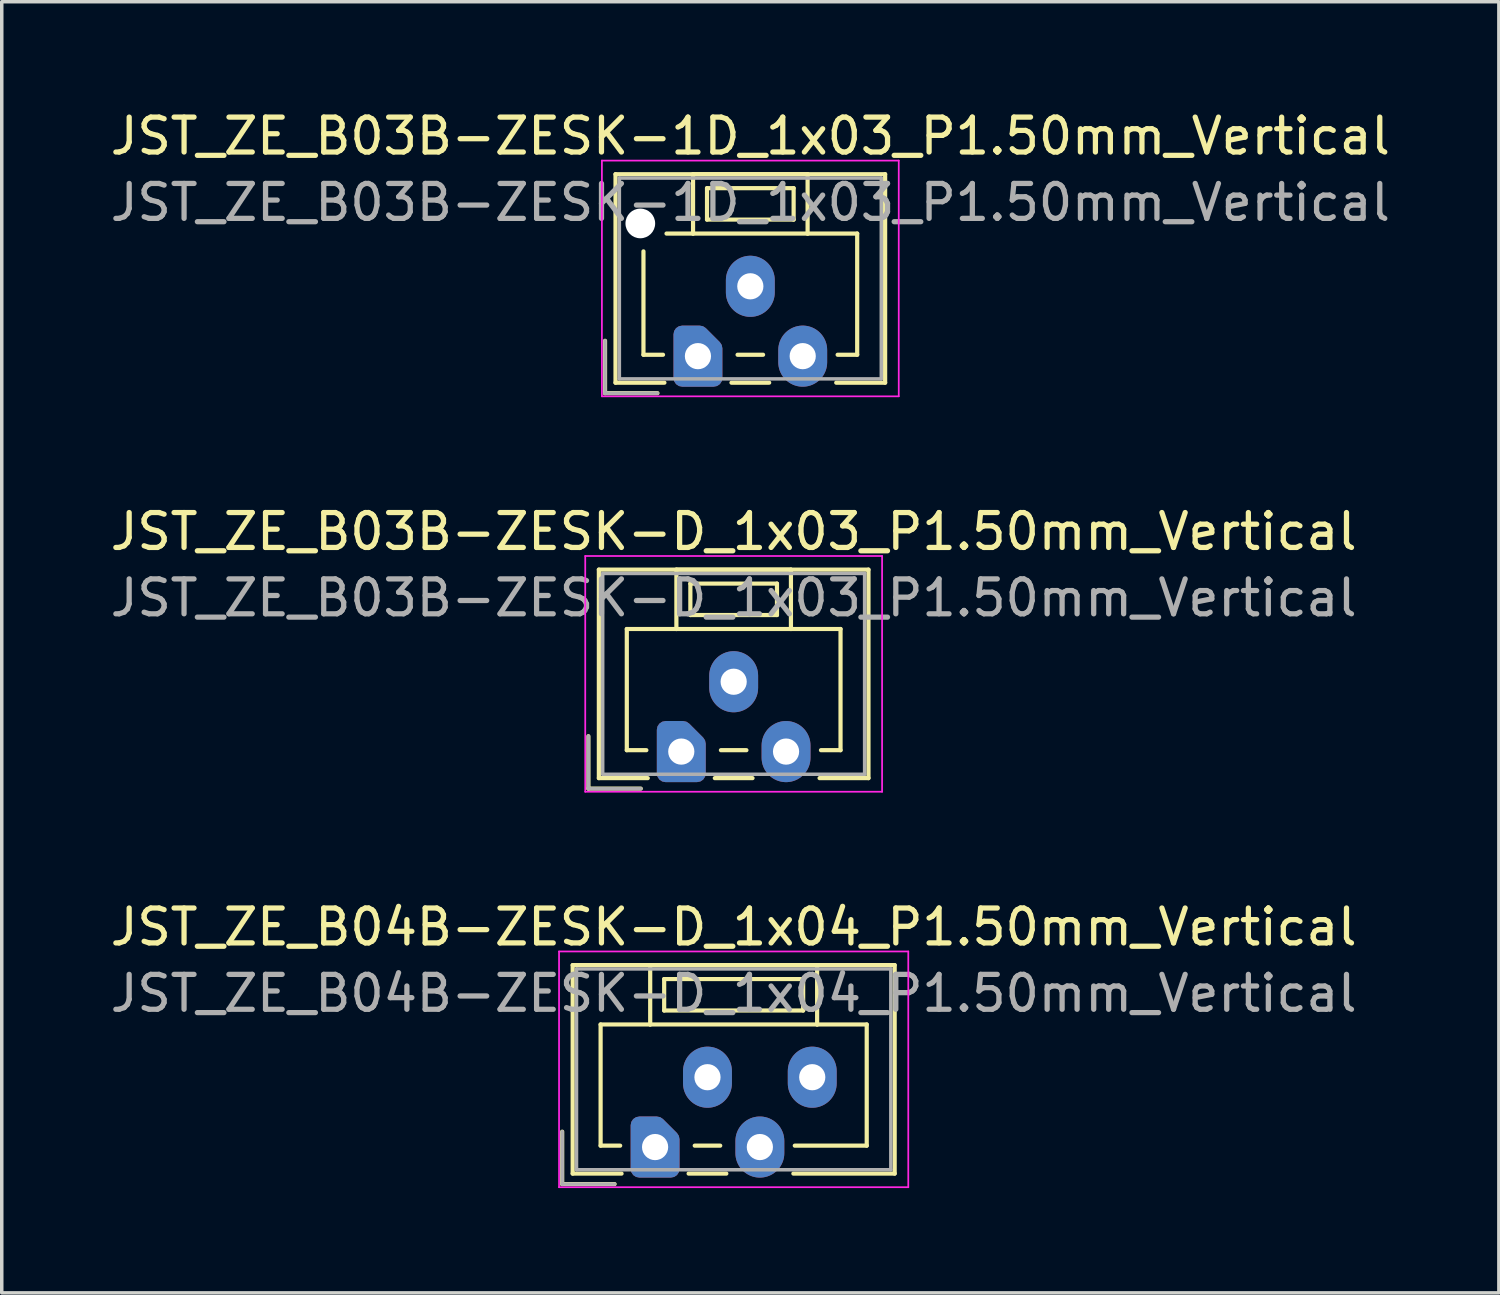
<source format=kicad_pcb>
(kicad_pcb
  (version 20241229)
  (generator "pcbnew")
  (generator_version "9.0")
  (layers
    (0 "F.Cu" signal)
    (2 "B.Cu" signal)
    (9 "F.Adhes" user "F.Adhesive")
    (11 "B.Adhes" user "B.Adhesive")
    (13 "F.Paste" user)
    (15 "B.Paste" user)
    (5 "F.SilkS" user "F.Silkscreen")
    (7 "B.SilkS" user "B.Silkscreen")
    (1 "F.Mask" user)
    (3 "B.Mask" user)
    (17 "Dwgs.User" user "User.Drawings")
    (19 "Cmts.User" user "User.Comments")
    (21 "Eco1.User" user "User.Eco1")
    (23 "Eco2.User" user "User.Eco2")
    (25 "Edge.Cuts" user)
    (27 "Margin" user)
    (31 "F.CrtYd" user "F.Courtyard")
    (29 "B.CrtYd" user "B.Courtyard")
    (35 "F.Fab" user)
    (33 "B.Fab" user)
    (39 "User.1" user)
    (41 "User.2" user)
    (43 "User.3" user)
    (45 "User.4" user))
  (footprint "JST_ZE_B03B-ZESK-1D_1x03_P1.50mm_Vertical"
    (layer "F.Cu")
    (at 16.935 7.148)
    (property "Reference" "JST_ZE_B03B-ZESK-1D_1x03_P1.50mm_Vertical" (at 1.5 -6.3 0) (layer "F.SilkS") (effects (font (size 1 1) (thickness 0.15))))
    (attr through_hole)
    (fp_line (start -2.66 -0.44) (end -2.66 1.06) (stroke (width 0.12) (type solid)) (layer "F.SilkS"))
    (fp_line (start -2.66 1.06) (end -1.16 1.06) (stroke (width 0.12) (type solid)) (layer "F.SilkS"))
    (fp_line (start -2.36 -5.21) (end 5.36 -5.21) (stroke (width 0.12) (type solid)) (layer "F.SilkS"))
    (fp_line (start -2.36 0.76) (end -2.36 -5.21) (stroke (width 0.12) (type solid)) (layer "F.SilkS"))
    (fp_line (start -1.56 -3) (end -1.56 -0.04) (stroke (width 0.12) (type solid)) (layer "F.SilkS"))
    (fp_line (start -1.56 -0.04) (end -1 -0.04) (stroke (width 0.12) (type solid)) (layer "F.SilkS"))
    (fp_line (start -0.96 0.76) (end -2.36 0.76) (stroke (width 0.12) (type solid)) (layer "F.SilkS"))
    (fp_line (start -0.14 -5.21) (end -0.14 -3.51) (stroke (width 0.12) (type solid)) (layer "F.SilkS"))
    (fp_line (start -0.14 -3.51) (end -0.9 -3.51) (stroke (width 0.12) (type solid)) (layer "F.SilkS"))
    (fp_line (start -0.14 -3.51) (end 3.14 -3.51) (stroke (width 0.12) (type solid)) (layer "F.SilkS"))
    (fp_line (start 0.26 -4.81) (end 0.26 -3.91) (stroke (width 0.12) (type solid)) (layer "F.SilkS"))
    (fp_line (start 0.26 -3.91) (end 2.74 -3.91) (stroke (width 0.12) (type solid)) (layer "F.SilkS"))
    (fp_line (start 0.96 0.76) (end 2.04 0.76) (stroke (width 0.12) (type solid)) (layer "F.SilkS"))
    (fp_line (start 1.135 -0.04) (end 1.865 -0.04) (stroke (width 0.12) (type solid)) (layer "F.SilkS"))
    (fp_line (start 2.74 -4.81) (end 0.26 -4.81) (stroke (width 0.12) (type solid)) (layer "F.SilkS"))
    (fp_line (start 2.74 -3.91) (end 2.74 -4.81) (stroke (width 0.12) (type solid)) (layer "F.SilkS"))
    (fp_line (start 3.14 -5.21) (end -0.14 -5.21) (stroke (width 0.12) (type solid)) (layer "F.SilkS"))
    (fp_line (start 3.14 -3.51) (end 3.14 -5.21) (stroke (width 0.12) (type solid)) (layer "F.SilkS"))
    (fp_line (start 3.14 -3.51) (end 4.56 -3.51) (stroke (width 0.12) (type solid)) (layer "F.SilkS"))
    (fp_line (start 4.56 -3.51) (end 4.56 -0.04) (stroke (width 0.12) (type solid)) (layer "F.SilkS"))
    (fp_line (start 4.56 -0.04) (end 4 -0.04) (stroke (width 0.12) (type solid)) (layer "F.SilkS"))
    (fp_line (start 5.36 -5.21) (end 5.36 0.76) (stroke (width 0.12) (type solid)) (layer "F.SilkS"))
    (fp_line (start 5.36 0.76) (end 3.96 0.76) (stroke (width 0.12) (type solid)) (layer "F.SilkS"))
    (fp_line (start -2.75 -5.6) (end -2.75 1.15) (stroke (width 0.05) (type solid)) (layer "F.CrtYd"))
    (fp_line (start -2.75 1.15) (end 5.75 1.15) (stroke (width 0.05) (type solid)) (layer "F.CrtYd"))
    (fp_line (start 5.75 -5.6) (end -2.75 -5.6) (stroke (width 0.05) (type solid)) (layer "F.CrtYd"))
    (fp_line (start 5.75 1.15) (end 5.75 -5.6) (stroke (width 0.05) (type solid)) (layer "F.CrtYd"))
    (fp_line (start -2.66 -0.44) (end -2.66 1.06) (stroke (width 0.1) (type solid)) (layer "F.Fab"))
    (fp_line (start -2.66 1.06) (end -1.16 1.06) (stroke (width 0.1) (type solid)) (layer "F.Fab"))
    (fp_line (start -2.25 -5.1) (end -2.25 0.65) (stroke (width 0.1) (type solid)) (layer "F.Fab"))
    (fp_line (start -2.25 0.65) (end 5.25 0.65) (stroke (width 0.1) (type solid)) (layer "F.Fab"))
    (fp_line (start 5.25 -5.1) (end -2.25 -5.1) (stroke (width 0.1) (type solid)) (layer "F.Fab"))
    (fp_line (start 5.25 0.65) (end 5.25 -5.1) (stroke (width 0.1) (type solid)) (layer "F.Fab"))
    (fp_text user "${REFERENCE}" (at 1.5 -4.4 0) (layer "F.Fab") (effects (font (size 1 1) (thickness 0.15))))
    (pad "" np_thru_hole circle (at -1.65 -3.8) (size 0.85 0.85) (drill 0.85) (layers "*.Cu" "*.Mask"))
    (pad "1" thru_hole custom (at 0 0) (size 1.117 1.117) (drill 0.75) (layers "*.Cu" "*.Mask") (options (anchor circle)) (primitives (gr_poly (pts (xy 0.45 -0.225) (xy 0.45 0.625) (xy -0.45 0.625) (xy -0.45 -0.625) (xy 0.05 -0.625)) (width 0.5) (fill yes))))
    (pad "2" thru_hole oval (at 1.5 -2) (size 1.4 1.75) (drill 0.75) (layers "*.Cu" "*.Mask"))
    (pad "3" thru_hole oval (at 3 0) (size 1.4 1.75) (drill 0.75) (layers "*.Cu" "*.Mask")))
  (footprint "JST_ZE_B04B-ZESK-D_1x04_P1.50mm_Vertical"
    (layer "F.Cu")
    (at 15.708 29.795)
    (property "Reference" "JST_ZE_B04B-ZESK-D_1x04_P1.50mm_Vertical" (at 2.25 -6.3 0) (layer "F.SilkS") (effects (font (size 1 1) (thickness 0.15))))
    (attr through_hole)
    (fp_line (start -2.66 -0.44) (end -2.66 1.06) (stroke (width 0.12) (type solid)) (layer "F.SilkS"))
    (fp_line (start -2.66 1.06) (end -1.16 1.06) (stroke (width 0.12) (type solid)) (layer "F.SilkS"))
    (fp_line (start -2.36 -5.21) (end 6.86 -5.21) (stroke (width 0.12) (type solid)) (layer "F.SilkS"))
    (fp_line (start -2.36 0.76) (end -2.36 -5.21) (stroke (width 0.12) (type solid)) (layer "F.SilkS"))
    (fp_line (start -1.56 -3.51) (end -1.56 -0.04) (stroke (width 0.12) (type solid)) (layer "F.SilkS"))
    (fp_line (start -1.56 -0.04) (end -1 -0.04) (stroke (width 0.12) (type solid)) (layer "F.SilkS"))
    (fp_line (start -0.96 0.76) (end -2.36 0.76) (stroke (width 0.12) (type solid)) (layer "F.SilkS"))
    (fp_line (start -0.14 -5.21) (end -0.14 -3.51) (stroke (width 0.12) (type solid)) (layer "F.SilkS"))
    (fp_line (start -0.14 -3.51) (end -1.56 -3.51) (stroke (width 0.12) (type solid)) (layer "F.SilkS"))
    (fp_line (start -0.14 -3.51) (end 4.64 -3.51) (stroke (width 0.12) (type solid)) (layer "F.SilkS"))
    (fp_line (start 0.26 -4.81) (end 0.26 -3.91) (stroke (width 0.12) (type solid)) (layer "F.SilkS"))
    (fp_line (start 0.26 -3.91) (end 4.24 -3.91) (stroke (width 0.12) (type solid)) (layer "F.SilkS"))
    (fp_line (start 0.96 0.76) (end 2.04 0.76) (stroke (width 0.12) (type solid)) (layer "F.SilkS"))
    (fp_line (start 1.135 -0.04) (end 1.865 -0.04) (stroke (width 0.12) (type solid)) (layer "F.SilkS"))
    (fp_line (start 4.24 -4.81) (end 0.26 -4.81) (stroke (width 0.12) (type solid)) (layer "F.SilkS"))
    (fp_line (start 4.24 -3.91) (end 4.24 -4.81) (stroke (width 0.12) (type solid)) (layer "F.SilkS"))
    (fp_line (start 4.64 -5.21) (end -0.14 -5.21) (stroke (width 0.12) (type solid)) (layer "F.SilkS"))
    (fp_line (start 4.64 -3.51) (end 4.64 -5.21) (stroke (width 0.12) (type solid)) (layer "F.SilkS"))
    (fp_line (start 4.64 -3.51) (end 6.06 -3.51) (stroke (width 0.12) (type solid)) (layer "F.SilkS"))
    (fp_line (start 6.06 -3.51) (end 6.06 -0.04) (stroke (width 0.12) (type solid)) (layer "F.SilkS"))
    (fp_line (start 6.06 -0.04) (end 4 -0.04) (stroke (width 0.12) (type solid)) (layer "F.SilkS"))
    (fp_line (start 6.86 -5.21) (end 6.86 0.76) (stroke (width 0.12) (type solid)) (layer "F.SilkS"))
    (fp_line (start 6.86 0.76) (end 3.96 0.76) (stroke (width 0.12) (type solid)) (layer "F.SilkS"))
    (fp_line (start -2.75 -5.6) (end -2.75 1.15) (stroke (width 0.05) (type solid)) (layer "F.CrtYd"))
    (fp_line (start -2.75 1.15) (end 7.25 1.15) (stroke (width 0.05) (type solid)) (layer "F.CrtYd"))
    (fp_line (start 7.25 -5.6) (end -2.75 -5.6) (stroke (width 0.05) (type solid)) (layer "F.CrtYd"))
    (fp_line (start 7.25 1.15) (end 7.25 -5.6) (stroke (width 0.05) (type solid)) (layer "F.CrtYd"))
    (fp_line (start -2.66 -0.44) (end -2.66 1.06) (stroke (width 0.1) (type solid)) (layer "F.Fab"))
    (fp_line (start -2.66 1.06) (end -1.16 1.06) (stroke (width 0.1) (type solid)) (layer "F.Fab"))
    (fp_line (start -2.25 -5.1) (end -2.25 0.65) (stroke (width 0.1) (type solid)) (layer "F.Fab"))
    (fp_line (start -2.25 0.65) (end 6.75 0.65) (stroke (width 0.1) (type solid)) (layer "F.Fab"))
    (fp_line (start 6.75 -5.1) (end -2.25 -5.1) (stroke (width 0.1) (type solid)) (layer "F.Fab"))
    (fp_line (start 6.75 0.65) (end 6.75 -5.1) (stroke (width 0.1) (type solid)) (layer "F.Fab"))
    (fp_text user "${REFERENCE}" (at 2.25 -4.4 0) (layer "F.Fab") (effects (font (size 1 1) (thickness 0.15))))
    (pad "1" thru_hole custom (at 0 0) (size 1.117 1.117) (drill 0.75) (layers "*.Cu" "*.Mask") (options (anchor circle)) (primitives (gr_poly (pts (xy 0.45 -0.225) (xy 0.45 0.625) (xy -0.45 0.625) (xy -0.45 -0.625) (xy 0.05 -0.625)) (width 0.5) (fill yes))))
    (pad "2" thru_hole oval (at 1.5 -2) (size 1.4 1.75) (drill 0.75) (layers "*.Cu" "*.Mask"))
    (pad "3" thru_hole oval (at 3 0) (size 1.4 1.75) (drill 0.75) (layers "*.Cu" "*.Mask"))
    (pad "4" thru_hole oval (at 4.5 -2) (size 1.4 1.75) (drill 0.75) (layers "*.Cu" "*.Mask")))
  (footprint "JST_ZE_B03B-ZESK-D_1x03_P1.50mm_Vertical"
    (layer "F.Cu")
    (at 16.458 18.471)
    (property "Reference" "JST_ZE_B03B-ZESK-D_1x03_P1.50mm_Vertical" (at 1.5 -6.3 0) (layer "F.SilkS") (effects (font (size 1 1) (thickness 0.15))))
    (attr through_hole)
    (fp_line (start -2.66 -0.44) (end -2.66 1.06) (stroke (width 0.12) (type solid)) (layer "F.SilkS"))
    (fp_line (start -2.66 1.06) (end -1.16 1.06) (stroke (width 0.12) (type solid)) (layer "F.SilkS"))
    (fp_line (start -2.36 -5.21) (end 5.36 -5.21) (stroke (width 0.12) (type solid)) (layer "F.SilkS"))
    (fp_line (start -2.36 0.76) (end -2.36 -5.21) (stroke (width 0.12) (type solid)) (layer "F.SilkS"))
    (fp_line (start -1.56 -3.51) (end -1.56 -0.04) (stroke (width 0.12) (type solid)) (layer "F.SilkS"))
    (fp_line (start -1.56 -0.04) (end -1 -0.04) (stroke (width 0.12) (type solid)) (layer "F.SilkS"))
    (fp_line (start -0.96 0.76) (end -2.36 0.76) (stroke (width 0.12) (type solid)) (layer "F.SilkS"))
    (fp_line (start -0.14 -5.21) (end -0.14 -3.51) (stroke (width 0.12) (type solid)) (layer "F.SilkS"))
    (fp_line (start -0.14 -3.51) (end -1.56 -3.51) (stroke (width 0.12) (type solid)) (layer "F.SilkS"))
    (fp_line (start -0.14 -3.51) (end 3.14 -3.51) (stroke (width 0.12) (type solid)) (layer "F.SilkS"))
    (fp_line (start 0.26 -4.81) (end 0.26 -3.91) (stroke (width 0.12) (type solid)) (layer "F.SilkS"))
    (fp_line (start 0.26 -3.91) (end 2.74 -3.91) (stroke (width 0.12) (type solid)) (layer "F.SilkS"))
    (fp_line (start 0.96 0.76) (end 2.04 0.76) (stroke (width 0.12) (type solid)) (layer "F.SilkS"))
    (fp_line (start 1.135 -0.04) (end 1.865 -0.04) (stroke (width 0.12) (type solid)) (layer "F.SilkS"))
    (fp_line (start 2.74 -4.81) (end 0.26 -4.81) (stroke (width 0.12) (type solid)) (layer "F.SilkS"))
    (fp_line (start 2.74 -3.91) (end 2.74 -4.81) (stroke (width 0.12) (type solid)) (layer "F.SilkS"))
    (fp_line (start 3.14 -5.21) (end -0.14 -5.21) (stroke (width 0.12) (type solid)) (layer "F.SilkS"))
    (fp_line (start 3.14 -3.51) (end 3.14 -5.21) (stroke (width 0.12) (type solid)) (layer "F.SilkS"))
    (fp_line (start 3.14 -3.51) (end 4.56 -3.51) (stroke (width 0.12) (type solid)) (layer "F.SilkS"))
    (fp_line (start 4.56 -3.51) (end 4.56 -0.04) (stroke (width 0.12) (type solid)) (layer "F.SilkS"))
    (fp_line (start 4.56 -0.04) (end 4 -0.04) (stroke (width 0.12) (type solid)) (layer "F.SilkS"))
    (fp_line (start 5.36 -5.21) (end 5.36 0.76) (stroke (width 0.12) (type solid)) (layer "F.SilkS"))
    (fp_line (start 5.36 0.76) (end 3.96 0.76) (stroke (width 0.12) (type solid)) (layer "F.SilkS"))
    (fp_line (start -2.75 -5.6) (end -2.75 1.15) (stroke (width 0.05) (type solid)) (layer "F.CrtYd"))
    (fp_line (start -2.75 1.15) (end 5.75 1.15) (stroke (width 0.05) (type solid)) (layer "F.CrtYd"))
    (fp_line (start 5.75 -5.6) (end -2.75 -5.6) (stroke (width 0.05) (type solid)) (layer "F.CrtYd"))
    (fp_line (start 5.75 1.15) (end 5.75 -5.6) (stroke (width 0.05) (type solid)) (layer "F.CrtYd"))
    (fp_line (start -2.66 -0.44) (end -2.66 1.06) (stroke (width 0.1) (type solid)) (layer "F.Fab"))
    (fp_line (start -2.66 1.06) (end -1.16 1.06) (stroke (width 0.1) (type solid)) (layer "F.Fab"))
    (fp_line (start -2.25 -5.1) (end -2.25 0.65) (stroke (width 0.1) (type solid)) (layer "F.Fab"))
    (fp_line (start -2.25 0.65) (end 5.25 0.65) (stroke (width 0.1) (type solid)) (layer "F.Fab"))
    (fp_line (start 5.25 -5.1) (end -2.25 -5.1) (stroke (width 0.1) (type solid)) (layer "F.Fab"))
    (fp_line (start 5.25 0.65) (end 5.25 -5.1) (stroke (width 0.1) (type solid)) (layer "F.Fab"))
    (fp_text user "${REFERENCE}" (at 1.5 -4.4 0) (layer "F.Fab") (effects (font (size 1 1) (thickness 0.15))))
    (pad "1" thru_hole custom (at 0 0) (size 1.117 1.117) (drill 0.75) (layers "*.Cu" "*.Mask") (options (anchor circle)) (primitives (gr_poly (pts (xy 0.45 -0.225) (xy 0.45 0.625) (xy -0.45 0.625) (xy -0.45 -0.625) (xy 0.05 -0.625)) (width 0.5) (fill yes))))
    (pad "2" thru_hole oval (at 1.5 -2) (size 1.4 1.75) (drill 0.75) (layers "*.Cu" "*.Mask"))
    (pad "3" thru_hole oval (at 3 0) (size 1.4 1.75) (drill 0.75) (layers "*.Cu" "*.Mask")))
  (gr_rect
    (start -3 -3)
    (end 39.869 33.97)
    (stroke (width 0.1) (type default))
    (fill no)
    (layer "Edge.Cuts")))
</source>
